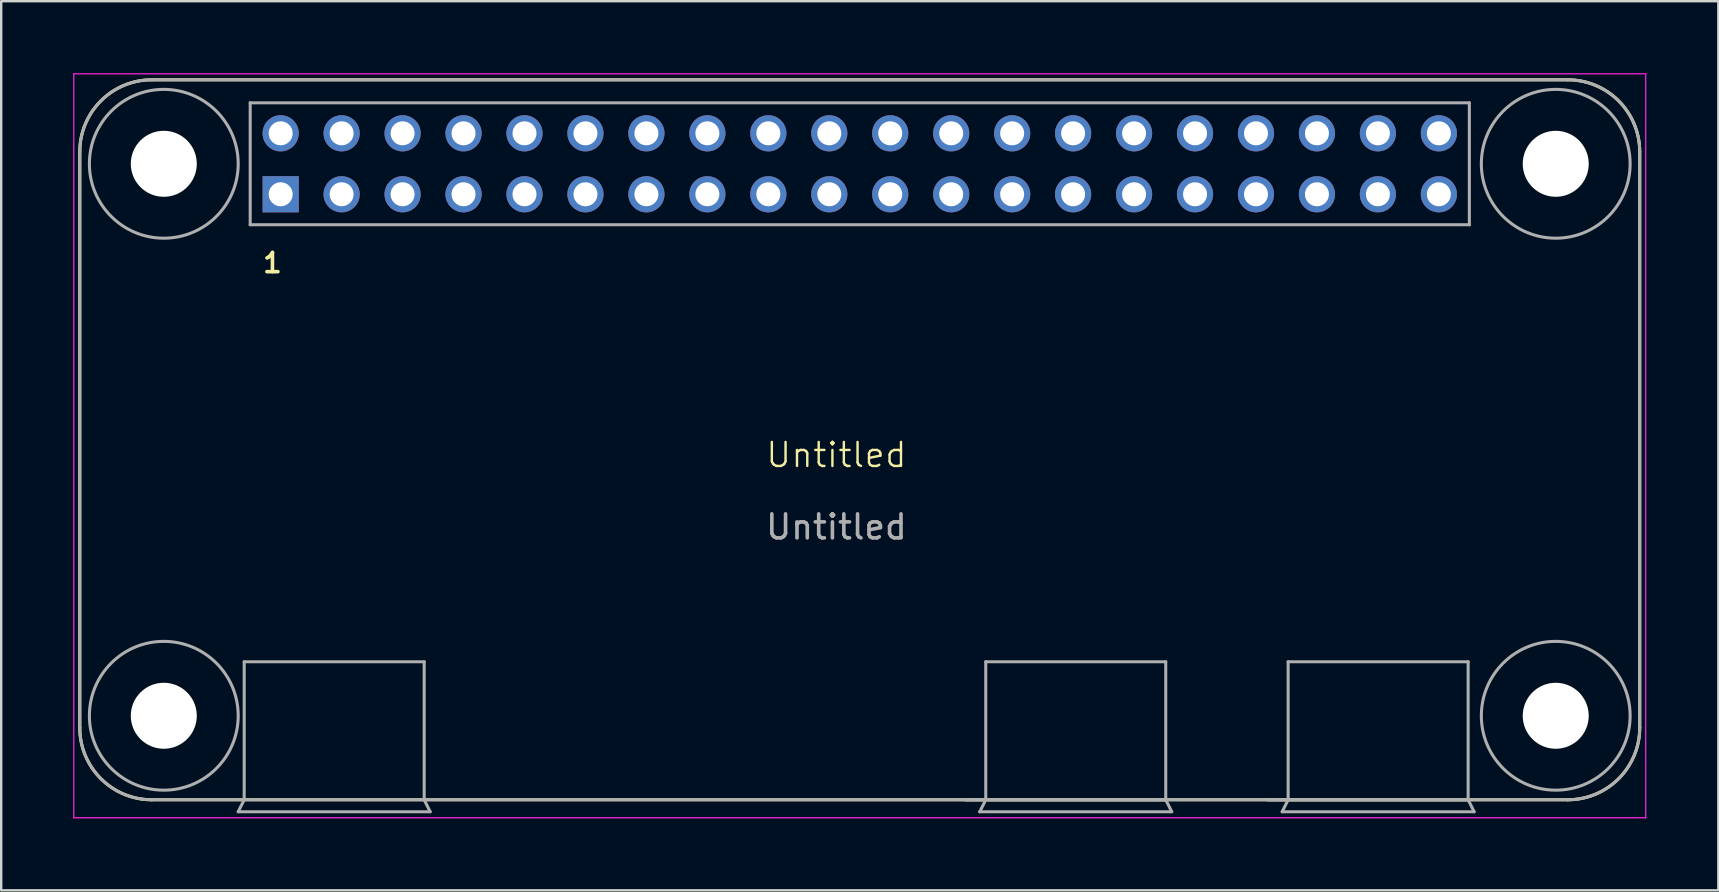
<source format=kicad_pcb>
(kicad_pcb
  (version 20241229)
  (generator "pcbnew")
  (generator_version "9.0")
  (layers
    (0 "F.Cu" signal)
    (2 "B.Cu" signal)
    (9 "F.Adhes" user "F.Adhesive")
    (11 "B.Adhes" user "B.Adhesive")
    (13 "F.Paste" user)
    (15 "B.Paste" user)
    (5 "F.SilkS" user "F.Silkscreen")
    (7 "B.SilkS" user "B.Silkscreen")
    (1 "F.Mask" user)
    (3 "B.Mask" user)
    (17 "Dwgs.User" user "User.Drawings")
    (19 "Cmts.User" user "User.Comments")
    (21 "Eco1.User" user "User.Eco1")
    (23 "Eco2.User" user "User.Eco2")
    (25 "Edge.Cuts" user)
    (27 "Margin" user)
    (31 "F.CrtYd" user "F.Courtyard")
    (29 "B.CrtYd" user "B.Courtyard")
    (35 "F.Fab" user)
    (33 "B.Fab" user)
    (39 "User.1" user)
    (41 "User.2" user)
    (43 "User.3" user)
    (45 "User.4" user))
  (footprint "Untitled"
    (layer "F.Cu")
    (at 31.802 16.407)
    (property "Reference" "Untitled" (at 0 -0.5 0) (unlocked yes) (layer "F.SilkS") (effects (font (size 1 1) (thickness 0.1))))
    (attr through_hole)
    (fp_line (start -31.527 -13.132) (end -31.527 10.868) (stroke (width 0.127) (type solid)) (layer "F.SilkS"))
    (fp_line (start -28.527 13.868) (end 30.473 13.868) (stroke (width 0.127) (type solid)) (layer "F.SilkS"))
    (fp_line (start 5.373 13.868) (end 13.723 13.868) (stroke (width 0.127) (type solid)) (layer "F.SilkS"))
    (fp_line (start 17.973 13.868) (end 26.323 13.868) (stroke (width 0.127) (type solid)) (layer "F.SilkS"))
    (fp_line (start 30.473 -16.132) (end -28.527 -16.132) (stroke (width 0.127) (type solid)) (layer "F.SilkS"))
    (fp_line (start 33.473 10.868) (end 33.473 -13.132) (stroke (width 0.127) (type solid)) (layer "F.SilkS"))
    (fp_arc (start -31.5273 -13.13175) (mid -30.64862 -15.25307) (end -28.5273 -16.13175) (stroke (width 0.127) (type solid)) (layer "F.SilkS"))
    (fp_arc (start -28.5273 13.86825) (mid -30.64862 12.98957) (end -31.5273 10.86825) (stroke (width 0.127) (type solid)) (layer "F.SilkS"))
    (fp_arc (start 30.4727 -16.13175) (mid 32.59402 -15.25307) (end 33.4727 -13.13175) (stroke (width 0.127) (type solid)) (layer "F.SilkS"))
    (fp_arc (start 33.4727 10.86825) (mid 32.59402 12.98957) (end 30.4727 13.86825) (stroke (width 0.127) (type solid)) (layer "F.SilkS"))
    (fp_line (start -31.777 -16.382) (end 33.723 -16.382) (stroke (width 0.05) (type solid)) (layer "F.CrtYd"))
    (fp_line (start -31.777 14.618) (end -31.777 -16.382) (stroke (width 0.05) (type solid)) (layer "F.CrtYd"))
    (fp_line (start 33.723 -16.382) (end 33.723 14.618) (stroke (width 0.05) (type solid)) (layer "F.CrtYd"))
    (fp_line (start 33.723 14.618) (end -31.777 14.618) (stroke (width 0.05) (type solid)) (layer "F.CrtYd"))
    (fp_line (start -31.527 -13.132) (end -31.527 10.868) (stroke (width 0.127) (type solid)) (layer "F.Fab"))
    (fp_line (start -28.527 13.868) (end -24.677 13.868) (stroke (width 0.127) (type solid)) (layer "F.Fab"))
    (fp_line (start -24.927 14.368) (end -16.927 14.368) (stroke (width 0.127) (type solid)) (layer "F.Fab"))
    (fp_line (start -24.677 8.118) (end -17.177 8.118) (stroke (width 0.127) (type solid)) (layer "F.Fab"))
    (fp_line (start -24.677 13.868) (end -24.927 14.368) (stroke (width 0.127) (type solid)) (layer "F.Fab"))
    (fp_line (start -24.677 13.868) (end -24.677 8.118) (stroke (width 0.127) (type solid)) (layer "F.Fab"))
    (fp_line (start -24.677 13.868) (end -17.177 13.868) (stroke (width 0.127) (type solid)) (layer "F.Fab"))
    (fp_line (start -24.427 -15.172) (end -24.427 -10.092) (stroke (width 0.127) (type solid)) (layer "F.Fab"))
    (fp_line (start -24.427 -10.092) (end 26.373 -10.092) (stroke (width 0.127) (type solid)) (layer "F.Fab"))
    (fp_line (start -17.177 8.118) (end -17.177 13.868) (stroke (width 0.127) (type solid)) (layer "F.Fab"))
    (fp_line (start -17.177 13.868) (end 30.473 13.868) (stroke (width 0.127) (type solid)) (layer "F.Fab"))
    (fp_line (start -16.927 14.368) (end -17.177 13.868) (stroke (width 0.127) (type solid)) (layer "F.Fab"))
    (fp_line (start 5.373 13.868) (end 6.223 13.868) (stroke (width 0.127) (type solid)) (layer "F.Fab"))
    (fp_line (start 5.973 14.368) (end 13.973 14.368) (stroke (width 0.127) (type solid)) (layer "F.Fab"))
    (fp_line (start 6.223 8.118) (end 13.723 8.118) (stroke (width 0.127) (type solid)) (layer "F.Fab"))
    (fp_line (start 6.223 13.868) (end 5.973 14.368) (stroke (width 0.127) (type solid)) (layer "F.Fab"))
    (fp_line (start 6.223 13.868) (end 6.223 8.118) (stroke (width 0.127) (type solid)) (layer "F.Fab"))
    (fp_line (start 6.223 13.868) (end 13.723 13.868) (stroke (width 0.127) (type solid)) (layer "F.Fab"))
    (fp_line (start 13.723 8.118) (end 13.723 13.868) (stroke (width 0.127) (type solid)) (layer "F.Fab"))
    (fp_line (start 13.973 14.368) (end 13.723 13.868) (stroke (width 0.127) (type solid)) (layer "F.Fab"))
    (fp_line (start 17.973 13.868) (end 18.823 13.868) (stroke (width 0.127) (type solid)) (layer "F.Fab"))
    (fp_line (start 18.573 14.368) (end 26.573 14.368) (stroke (width 0.127) (type solid)) (layer "F.Fab"))
    (fp_line (start 18.823 8.118) (end 26.323 8.118) (stroke (width 0.127) (type solid)) (layer "F.Fab"))
    (fp_line (start 18.823 13.868) (end 18.573 14.368) (stroke (width 0.127) (type solid)) (layer "F.Fab"))
    (fp_line (start 18.823 13.868) (end 18.823 8.118) (stroke (width 0.127) (type solid)) (layer "F.Fab"))
    (fp_line (start 18.823 13.868) (end 26.323 13.868) (stroke (width 0.127) (type solid)) (layer "F.Fab"))
    (fp_line (start 26.323 8.118) (end 26.323 13.868) (stroke (width 0.127) (type solid)) (layer "F.Fab"))
    (fp_line (start 26.373 -15.172) (end -24.427 -15.172) (stroke (width 0.127) (type solid)) (layer "F.Fab"))
    (fp_line (start 26.373 -10.092) (end 26.373 -15.172) (stroke (width 0.127) (type solid)) (layer "F.Fab"))
    (fp_line (start 26.573 14.368) (end 26.323 13.868) (stroke (width 0.127) (type solid)) (layer "F.Fab"))
    (fp_line (start 30.473 -16.132) (end -28.527 -16.132) (stroke (width 0.127) (type solid)) (layer "F.Fab"))
    (fp_line (start 33.473 10.868) (end 33.473 -13.132) (stroke (width 0.127) (type solid)) (layer "F.Fab"))
    (fp_arc (start -31.5273 -13.13175) (mid -30.64862 -15.25307) (end -28.5273 -16.13175) (stroke (width 0.127) (type solid)) (layer "F.Fab"))
    (fp_arc (start -28.5273 13.86825) (mid -30.64862 12.98957) (end -31.5273 10.86825) (stroke (width 0.127) (type solid)) (layer "F.Fab"))
    (fp_arc (start 30.4727 -16.13175) (mid 32.59402 -15.25307) (end 33.4727 -13.13175) (stroke (width 0.127) (type solid)) (layer "F.Fab"))
    (fp_arc (start 33.4727 10.86825) (mid 32.59402 12.98957) (end 30.4727 13.86825) (stroke (width 0.127) (type solid)) (layer "F.Fab"))
    (fp_circle (center -28.027 -12.632) (end -24.927 -12.632) (stroke (width 0.127) (type solid)) (fill no) (layer "F.Fab"))
    (fp_circle (center -28.027 10.368) (end -24.927 10.368) (stroke (width 0.127) (type solid)) (fill no) (layer "F.Fab"))
    (fp_circle (center 29.973 -12.632) (end 33.073 -12.632) (stroke (width 0.127) (type solid)) (fill no) (layer "F.Fab"))
    (fp_circle (center 29.973 10.368) (end 33.073 10.368) (stroke (width 0.127) (type solid)) (fill no) (layer "F.Fab"))
    (fp_text user "1" (at -23.5 -8.5 0) (layer "F.SilkS") (effects (font (size 0.801 0.801) (thickness 0.15))))
    (fp_text user "${REFERENCE}" (at 0 2.5 0) (unlocked yes) (layer "F.Fab") (effects (font (size 1 1) (thickness 0.15))))
    (pad "" np_thru_hole circle (at -28.027 -12.632) (size 2.75 2.75) (drill 2.75) (layers "*.Cu" "*.Mask"))
    (pad "" np_thru_hole circle (at -28.027 10.368) (size 2.75 2.75) (drill 2.75) (layers "*.Cu" "*.Mask"))
    (pad "" np_thru_hole circle (at 29.973 -12.632) (size 2.75 2.75) (drill 2.75) (layers "*.Cu" "*.Mask"))
    (pad "" np_thru_hole circle (at 29.973 10.368) (size 2.75 2.75) (drill 2.75) (layers "*.Cu" "*.Mask"))
    (pad "1" thru_hole rect (at -23.157 -11.362) (size 1.508 1.508) (drill 1) (layers "*.Cu" "*.Mask"))
    (pad "2" thru_hole circle (at -23.157 -13.902) (size 1.508 1.508) (drill 1) (layers "*.Cu" "*.Mask"))
    (pad "3" thru_hole circle (at -20.617 -11.362) (size 1.508 1.508) (drill 1) (layers "*.Cu" "*.Mask"))
    (pad "4" thru_hole circle (at -20.617 -13.902) (size 1.508 1.508) (drill 1) (layers "*.Cu" "*.Mask"))
    (pad "5" thru_hole circle (at -18.077 -11.362) (size 1.508 1.508) (drill 1) (layers "*.Cu" "*.Mask"))
    (pad "6" thru_hole circle (at -18.077 -13.902) (size 1.508 1.508) (drill 1) (layers "*.Cu" "*.Mask"))
    (pad "7" thru_hole circle (at -15.537 -11.362) (size 1.508 1.508) (drill 1) (layers "*.Cu" "*.Mask"))
    (pad "8" thru_hole circle (at -15.537 -13.902) (size 1.508 1.508) (drill 1) (layers "*.Cu" "*.Mask"))
    (pad "9" thru_hole circle (at -12.997 -11.362) (size 1.508 1.508) (drill 1) (layers "*.Cu" "*.Mask"))
    (pad "10" thru_hole circle (at -12.997 -13.902) (size 1.508 1.508) (drill 1) (layers "*.Cu" "*.Mask"))
    (pad "11" thru_hole circle (at -10.457 -11.362) (size 1.508 1.508) (drill 1) (layers "*.Cu" "*.Mask"))
    (pad "12" thru_hole circle (at -10.457 -13.902) (size 1.508 1.508) (drill 1) (layers "*.Cu" "*.Mask"))
    (pad "13" thru_hole circle (at -7.917 -11.362) (size 1.508 1.508) (drill 1) (layers "*.Cu" "*.Mask"))
    (pad "14" thru_hole circle (at -7.917 -13.902) (size 1.508 1.508) (drill 1) (layers "*.Cu" "*.Mask"))
    (pad "15" thru_hole circle (at -5.377 -11.362) (size 1.508 1.508) (drill 1) (layers "*.Cu" "*.Mask"))
    (pad "16" thru_hole circle (at -5.377 -13.902) (size 1.508 1.508) (drill 1) (layers "*.Cu" "*.Mask"))
    (pad "17" thru_hole circle (at -2.837 -11.362) (size 1.508 1.508) (drill 1) (layers "*.Cu" "*.Mask"))
    (pad "18" thru_hole circle (at -2.837 -13.902) (size 1.508 1.508) (drill 1) (layers "*.Cu" "*.Mask"))
    (pad "19" thru_hole circle (at -0.297 -11.362) (size 1.508 1.508) (drill 1) (layers "*.Cu" "*.Mask"))
    (pad "20" thru_hole circle (at -0.297 -13.902) (size 1.508 1.508) (drill 1) (layers "*.Cu" "*.Mask"))
    (pad "21" thru_hole circle (at 2.243 -11.362) (size 1.508 1.508) (drill 1) (layers "*.Cu" "*.Mask"))
    (pad "22" thru_hole circle (at 2.243 -13.902) (size 1.508 1.508) (drill 1) (layers "*.Cu" "*.Mask"))
    (pad "23" thru_hole circle (at 4.783 -11.362) (size 1.508 1.508) (drill 1) (layers "*.Cu" "*.Mask"))
    (pad "24" thru_hole circle (at 4.783 -13.902) (size 1.508 1.508) (drill 1) (layers "*.Cu" "*.Mask"))
    (pad "25" thru_hole circle (at 7.323 -11.362) (size 1.508 1.508) (drill 1) (layers "*.Cu" "*.Mask"))
    (pad "26" thru_hole circle (at 7.323 -13.902) (size 1.508 1.508) (drill 1) (layers "*.Cu" "*.Mask"))
    (pad "27" thru_hole circle (at 9.863 -11.362) (size 1.508 1.508) (drill 1) (layers "*.Cu" "*.Mask"))
    (pad "28" thru_hole circle (at 9.863 -13.902) (size 1.508 1.508) (drill 1) (layers "*.Cu" "*.Mask"))
    (pad "29" thru_hole circle (at 12.403 -11.362) (size 1.508 1.508) (drill 1) (layers "*.Cu" "*.Mask"))
    (pad "30" thru_hole circle (at 12.403 -13.902) (size 1.508 1.508) (drill 1) (layers "*.Cu" "*.Mask"))
    (pad "31" thru_hole circle (at 14.943 -11.362) (size 1.508 1.508) (drill 1) (layers "*.Cu" "*.Mask"))
    (pad "32" thru_hole circle (at 14.943 -13.902) (size 1.508 1.508) (drill 1) (layers "*.Cu" "*.Mask"))
    (pad "33" thru_hole circle (at 17.483 -11.362) (size 1.508 1.508) (drill 1) (layers "*.Cu" "*.Mask"))
    (pad "34" thru_hole circle (at 17.483 -13.902) (size 1.508 1.508) (drill 1) (layers "*.Cu" "*.Mask"))
    (pad "35" thru_hole circle (at 20.023 -11.362) (size 1.508 1.508) (drill 1) (layers "*.Cu" "*.Mask"))
    (pad "36" thru_hole circle (at 20.023 -13.902) (size 1.508 1.508) (drill 1) (layers "*.Cu" "*.Mask"))
    (pad "37" thru_hole circle (at 22.563 -11.362) (size 1.508 1.508) (drill 1) (layers "*.Cu" "*.Mask"))
    (pad "38" thru_hole circle (at 22.563 -13.902) (size 1.508 1.508) (drill 1) (layers "*.Cu" "*.Mask"))
    (pad "39" thru_hole circle (at 25.103 -11.362) (size 1.508 1.508) (drill 1) (layers "*.Cu" "*.Mask"))
    (pad "40" thru_hole circle (at 25.103 -13.902) (size 1.508 1.508) (drill 1) (layers "*.Cu" "*.Mask")))
  (gr_rect
    (start -3 -3)
    (end 68.55 34.05)
    (stroke (width 0.1) (type default))
    (fill no)
    (layer "Edge.Cuts")))
</source>
